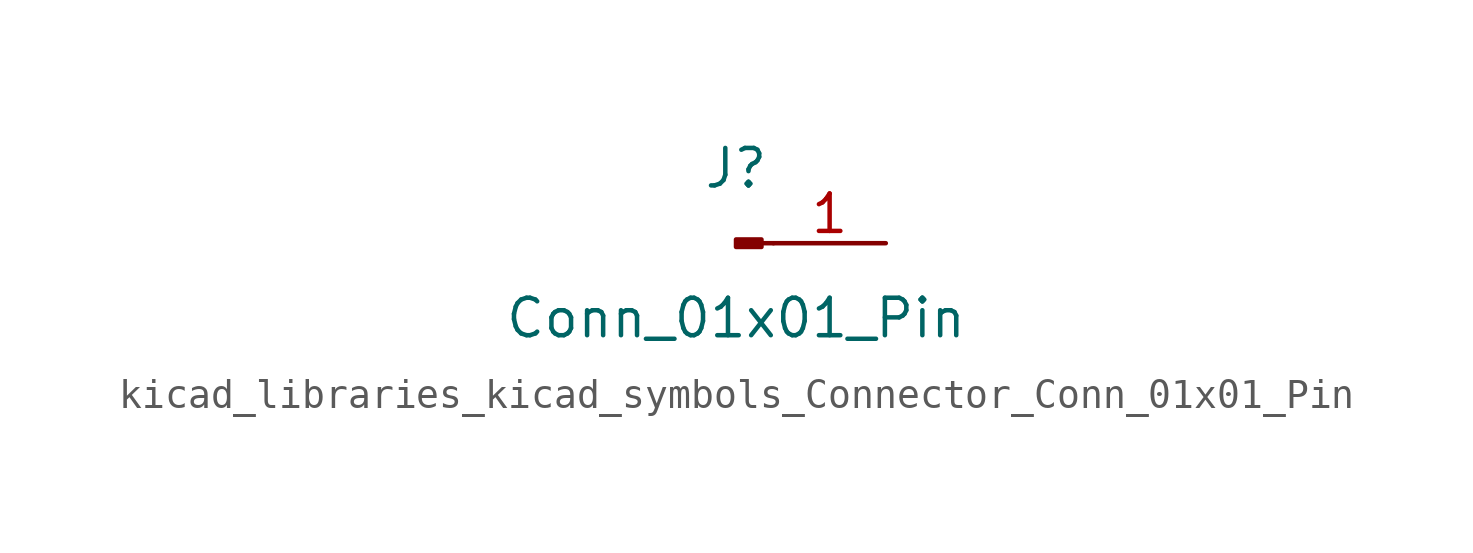
<source format=kicad_sym>
(kicad_symbol_lib
  (version 20220914)
  (generator kicad_symbol_editor)
  (symbol "kicad_libraries_kicad_symbols_Connector_Conn_01x01_Pin"
    (pin_names
      (offset 1.016) hide)
    (property "Reference" "J"
      (at 0 2.54 0)
      (effects (font (size 1.27 1.27))))
    (property "Value" "Conn_01x01_Pin"
      (at 0 -2.54 0)
      (effects (font (size 1.27 1.27))))
    (property "ki_locked" ""
      (at 0 0 0)
      (effects (font (size 1.27 1.27))))
    (symbol "kicad_libraries_kicad_symbols_Connector_Conn_01x01_Pin_1_1"
      (polyline (pts (xy 1.27 0) (xy 0.864 0)) (stroke (width 0.152) (type default)) (fill (type none)))
      (rectangle (start 0.864 0.127) (end 0 -0.127) (stroke (width 0.152) (type default)) (fill (type outline)))
      (pin passive line (at 5.08 0 180) (length 3.81) (name "Pin_1" (effects (font (size 1.27 1.27)))) (number "1" (effects (font (size 1.27 1.27))))))))
</source>
